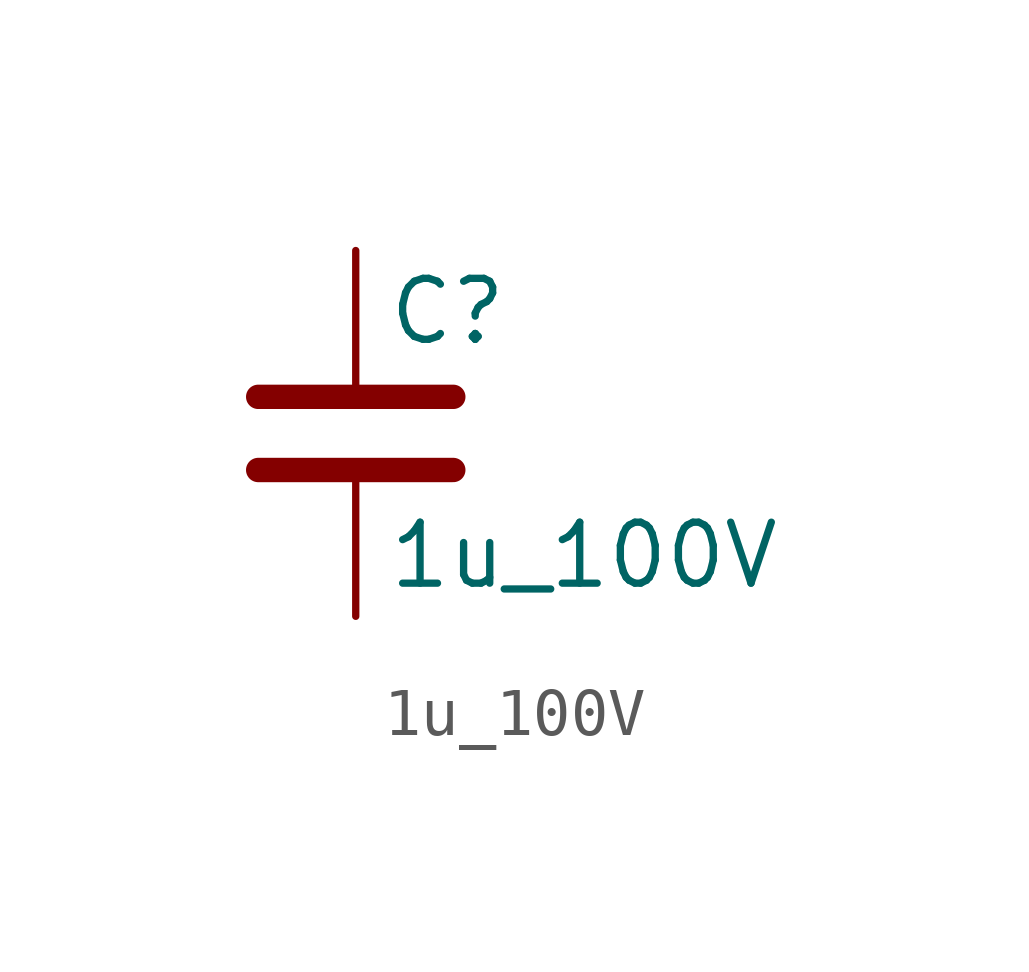
<source format=kicad_sym>
(kicad_symbol_lib
  (version 20220914)
  (generator kicad_db_lib)
  (symbol "1u_100V"
    (pin_numbers hide)
    (pin_names
      (offset 0.254))
    (property "Reference" "C"
      (at 0.635 2.54 0)
      (effects (font (size 1.27 1.27)) (justify left)))
    (property "Value" "1u_100V"
      (at 0.635 -2.54 0)
      (effects (font (size 1.27 1.27)) (justify left)))
    (symbol "1u_100V_0_1"
      (polyline (pts (xy -2.032 -0.762) (xy 2.032 -0.762)) (stroke (width 0.508) (type default)) (fill (type none)))
      (polyline (pts (xy -2.032 0.762) (xy 2.032 0.762)) (stroke (width 0.508) (type default)) (fill (type none))))
    (symbol "1u_100V_1_1"
      (pin passive line (at 0 3.81 270) (length 2.794) (name "~" (effects (font (size 1.27 1.27)))) (number "1" (effects (font (size 1.27 1.27)))))
      (pin passive line (at 0 -3.81 90) (length 2.794) (name "~" (effects (font (size 1.27 1.27)))) (number "2" (effects (font (size 1.27 1.27))))))))
</source>
